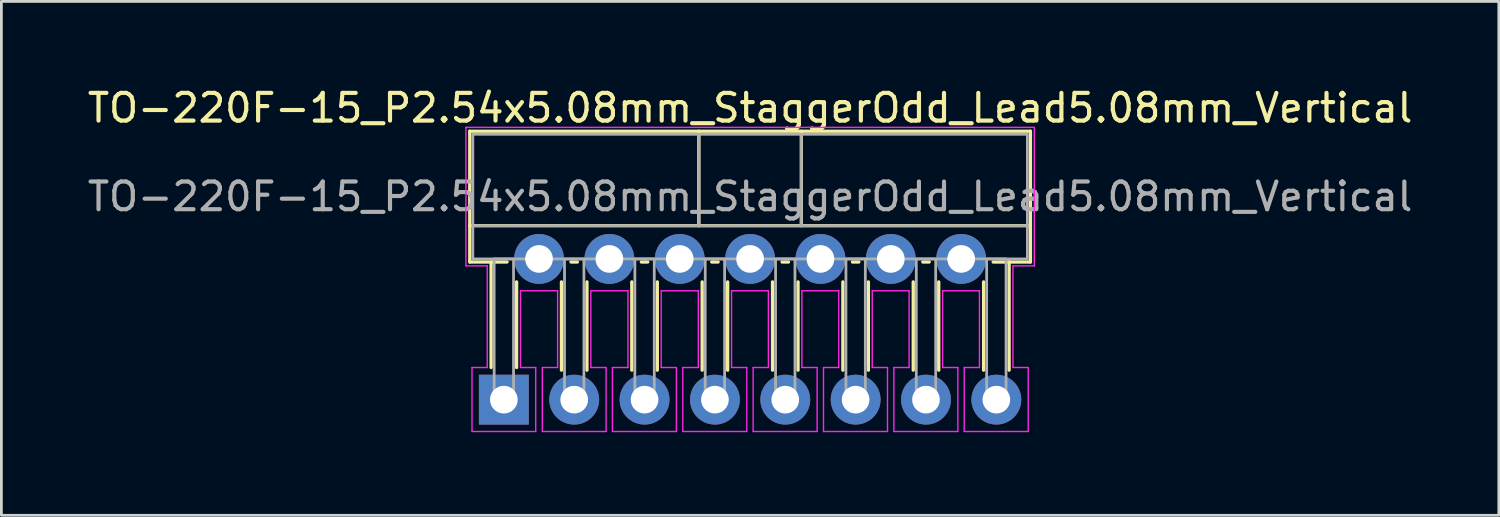
<source format=kicad_pcb>
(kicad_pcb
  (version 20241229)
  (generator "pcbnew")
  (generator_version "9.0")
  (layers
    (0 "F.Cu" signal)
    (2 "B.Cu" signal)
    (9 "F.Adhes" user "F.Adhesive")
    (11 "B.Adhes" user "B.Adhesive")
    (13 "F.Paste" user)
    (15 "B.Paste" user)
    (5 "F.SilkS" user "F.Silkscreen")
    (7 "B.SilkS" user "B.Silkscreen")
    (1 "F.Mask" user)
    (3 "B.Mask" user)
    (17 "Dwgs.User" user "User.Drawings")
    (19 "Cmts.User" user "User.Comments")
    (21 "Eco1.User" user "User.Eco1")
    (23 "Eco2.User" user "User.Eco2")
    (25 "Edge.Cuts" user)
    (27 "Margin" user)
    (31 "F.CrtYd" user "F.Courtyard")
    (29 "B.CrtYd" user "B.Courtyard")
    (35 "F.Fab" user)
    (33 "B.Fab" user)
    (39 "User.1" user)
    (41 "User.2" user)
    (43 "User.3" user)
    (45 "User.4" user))
  (footprint "TO-220F-15_P2.54x5.08mm_StaggerOdd_Lead5.08mm_Vertical"
    (layer "F.Cu")
    (at 15.14 11.378)
    (property "Reference" "TO-220F-15_P2.54x5.08mm_StaggerOdd_Lead5.08mm_Vertical" (at 8.89 -10.53 0) (layer "F.SilkS") (effects (font (size 1 1) (thickness 0.15))))
    (attr through_hole)
    (fp_line (start -1.23 -9.69) (end -1.23 -4.97) (stroke (width 0.12) (type solid)) (layer "F.SilkS"))
    (fp_line (start -1.23 -9.69) (end 19.01 -9.69) (stroke (width 0.12) (type solid)) (layer "F.SilkS"))
    (fp_line (start -1.23 -6.28) (end 19.01 -6.28) (stroke (width 0.12) (type solid)) (layer "F.SilkS"))
    (fp_line (start -1.23 -4.97) (end 0.115 -4.97) (stroke (width 0.12) (type solid)) (layer "F.SilkS"))
    (fp_line (start -0.46 -4.97) (end -0.46 -1.16) (stroke (width 0.12) (type solid)) (layer "F.SilkS"))
    (fp_line (start 0.46 -4.25) (end 0.46 -1.16) (stroke (width 0.12) (type solid)) (layer "F.SilkS"))
    (fp_line (start 2.08 -4.25) (end 2.08 -1.065) (stroke (width 0.12) (type solid)) (layer "F.SilkS"))
    (fp_line (start 2.425 -4.97) (end 2.655 -4.97) (stroke (width 0.12) (type solid)) (layer "F.SilkS"))
    (fp_line (start 3 -4.25) (end 3 -1.065) (stroke (width 0.12) (type solid)) (layer "F.SilkS"))
    (fp_line (start 4.62 -4.25) (end 4.62 -1.065) (stroke (width 0.12) (type solid)) (layer "F.SilkS"))
    (fp_line (start 4.965 -4.97) (end 5.195 -4.97) (stroke (width 0.12) (type solid)) (layer "F.SilkS"))
    (fp_line (start 5.54 -4.25) (end 5.54 -1.065) (stroke (width 0.12) (type solid)) (layer "F.SilkS"))
    (fp_line (start 7.04 -9.69) (end 7.04 -6.28) (stroke (width 0.12) (type solid)) (layer "F.SilkS"))
    (fp_line (start 7.16 -4.25) (end 7.16 -1.065) (stroke (width 0.12) (type solid)) (layer "F.SilkS"))
    (fp_line (start 7.505 -4.97) (end 7.735 -4.97) (stroke (width 0.12) (type solid)) (layer "F.SilkS"))
    (fp_line (start 8.08 -4.25) (end 8.08 -1.065) (stroke (width 0.12) (type solid)) (layer "F.SilkS"))
    (fp_line (start 9.7 -4.25) (end 9.7 -1.065) (stroke (width 0.12) (type solid)) (layer "F.SilkS"))
    (fp_line (start 10.045 -4.97) (end 10.275 -4.97) (stroke (width 0.12) (type solid)) (layer "F.SilkS"))
    (fp_line (start 10.62 -4.25) (end 10.62 -1.065) (stroke (width 0.12) (type solid)) (layer "F.SilkS"))
    (fp_line (start 10.74 -9.69) (end 10.74 -6.28) (stroke (width 0.12) (type solid)) (layer "F.SilkS"))
    (fp_line (start 12.24 -4.25) (end 12.24 -1.065) (stroke (width 0.12) (type solid)) (layer "F.SilkS"))
    (fp_line (start 12.585 -4.97) (end 12.815 -4.97) (stroke (width 0.12) (type solid)) (layer "F.SilkS"))
    (fp_line (start 13.16 -4.25) (end 13.16 -1.065) (stroke (width 0.12) (type solid)) (layer "F.SilkS"))
    (fp_line (start 14.78 -4.25) (end 14.78 -1.065) (stroke (width 0.12) (type solid)) (layer "F.SilkS"))
    (fp_line (start 15.125 -4.97) (end 15.355 -4.97) (stroke (width 0.12) (type solid)) (layer "F.SilkS"))
    (fp_line (start 15.7 -4.25) (end 15.7 -1.065) (stroke (width 0.12) (type solid)) (layer "F.SilkS"))
    (fp_line (start 17.32 -4.25) (end 17.32 -1.065) (stroke (width 0.12) (type solid)) (layer "F.SilkS"))
    (fp_line (start 17.665 -4.97) (end 19.01 -4.97) (stroke (width 0.12) (type solid)) (layer "F.SilkS"))
    (fp_line (start 18.24 -4.97) (end 18.24 -1.065) (stroke (width 0.12) (type solid)) (layer "F.SilkS"))
    (fp_line (start 19.01 -9.69) (end 19.01 -4.97) (stroke (width 0.12) (type solid)) (layer "F.SilkS"))
    (fp_line (start -1.37 -9.83) (end 19.15 -9.83) (stroke (width 0.05) (type solid)) (layer "F.CrtYd"))
    (fp_line (start -1.37 -4.83) (end -1.37 -9.83) (stroke (width 0.05) (type solid)) (layer "F.CrtYd"))
    (fp_line (start -1.15 -1.16) (end -0.6 -1.16) (stroke (width 0.05) (type solid)) (layer "F.CrtYd"))
    (fp_line (start -1.15 1.15) (end -1.15 -1.16) (stroke (width 0.05) (type solid)) (layer "F.CrtYd"))
    (fp_line (start -0.6 -4.83) (end -1.37 -4.83) (stroke (width 0.05) (type solid)) (layer "F.CrtYd"))
    (fp_line (start -0.6 -1.16) (end -0.6 -4.83) (stroke (width 0.05) (type solid)) (layer "F.CrtYd"))
    (fp_line (start 0.6 -3.93) (end 0.6 -1.16) (stroke (width 0.05) (type solid)) (layer "F.CrtYd"))
    (fp_line (start 0.6 -1.16) (end 1.15 -1.16) (stroke (width 0.05) (type solid)) (layer "F.CrtYd"))
    (fp_line (start 1.15 -1.16) (end 1.15 1.15) (stroke (width 0.05) (type solid)) (layer "F.CrtYd"))
    (fp_line (start 1.15 1.15) (end -1.15 1.15) (stroke (width 0.05) (type solid)) (layer "F.CrtYd"))
    (fp_line (start 1.39 -1.16) (end 1.94 -1.16) (stroke (width 0.05) (type solid)) (layer "F.CrtYd"))
    (fp_line (start 1.39 1.15) (end 1.39 -1.16) (stroke (width 0.05) (type solid)) (layer "F.CrtYd"))
    (fp_line (start 1.94 -3.93) (end 0.6 -3.93) (stroke (width 0.05) (type solid)) (layer "F.CrtYd"))
    (fp_line (start 1.94 -1.16) (end 1.94 -3.93) (stroke (width 0.05) (type solid)) (layer "F.CrtYd"))
    (fp_line (start 3.14 -3.93) (end 3.14 -1.16) (stroke (width 0.05) (type solid)) (layer "F.CrtYd"))
    (fp_line (start 3.14 -1.16) (end 3.69 -1.16) (stroke (width 0.05) (type solid)) (layer "F.CrtYd"))
    (fp_line (start 3.69 -1.16) (end 3.69 1.15) (stroke (width 0.05) (type solid)) (layer "F.CrtYd"))
    (fp_line (start 3.69 1.15) (end 1.39 1.15) (stroke (width 0.05) (type solid)) (layer "F.CrtYd"))
    (fp_line (start 3.92 -1.16) (end 4.48 -1.16) (stroke (width 0.05) (type solid)) (layer "F.CrtYd"))
    (fp_line (start 3.92 1.15) (end 3.92 -1.16) (stroke (width 0.05) (type solid)) (layer "F.CrtYd"))
    (fp_line (start 4.48 -3.93) (end 3.14 -3.93) (stroke (width 0.05) (type solid)) (layer "F.CrtYd"))
    (fp_line (start 4.48 -1.16) (end 4.48 -3.93) (stroke (width 0.05) (type solid)) (layer "F.CrtYd"))
    (fp_line (start 5.68 -3.93) (end 5.68 -1.16) (stroke (width 0.05) (type solid)) (layer "F.CrtYd"))
    (fp_line (start 5.68 -1.16) (end 6.23 -1.16) (stroke (width 0.05) (type solid)) (layer "F.CrtYd"))
    (fp_line (start 6.23 -1.16) (end 6.23 1.15) (stroke (width 0.05) (type solid)) (layer "F.CrtYd"))
    (fp_line (start 6.23 1.15) (end 3.92 1.15) (stroke (width 0.05) (type solid)) (layer "F.CrtYd"))
    (fp_line (start 6.46 -1.16) (end 7.02 -1.16) (stroke (width 0.05) (type solid)) (layer "F.CrtYd"))
    (fp_line (start 6.46 1.15) (end 6.46 -1.16) (stroke (width 0.05) (type solid)) (layer "F.CrtYd"))
    (fp_line (start 7.02 -3.93) (end 5.68 -3.93) (stroke (width 0.05) (type solid)) (layer "F.CrtYd"))
    (fp_line (start 7.02 -1.16) (end 7.02 -3.93) (stroke (width 0.05) (type solid)) (layer "F.CrtYd"))
    (fp_line (start 8.22 -3.93) (end 8.22 -1.16) (stroke (width 0.05) (type solid)) (layer "F.CrtYd"))
    (fp_line (start 8.22 -1.16) (end 8.77 -1.16) (stroke (width 0.05) (type solid)) (layer "F.CrtYd"))
    (fp_line (start 8.77 -1.16) (end 8.77 1.15) (stroke (width 0.05) (type solid)) (layer "F.CrtYd"))
    (fp_line (start 8.77 1.15) (end 6.46 1.15) (stroke (width 0.05) (type solid)) (layer "F.CrtYd"))
    (fp_line (start 9 -1.16) (end 9.55 -1.16) (stroke (width 0.05) (type solid)) (layer "F.CrtYd"))
    (fp_line (start 9 1.15) (end 9 -1.16) (stroke (width 0.05) (type solid)) (layer "F.CrtYd"))
    (fp_line (start 9.55 -3.93) (end 8.22 -3.93) (stroke (width 0.05) (type solid)) (layer "F.CrtYd"))
    (fp_line (start 9.55 -1.16) (end 9.55 -3.93) (stroke (width 0.05) (type solid)) (layer "F.CrtYd"))
    (fp_line (start 10.76 -3.93) (end 10.76 -1.16) (stroke (width 0.05) (type solid)) (layer "F.CrtYd"))
    (fp_line (start 10.76 -1.16) (end 11.31 -1.16) (stroke (width 0.05) (type solid)) (layer "F.CrtYd"))
    (fp_line (start 11.31 -1.16) (end 11.31 1.15) (stroke (width 0.05) (type solid)) (layer "F.CrtYd"))
    (fp_line (start 11.31 1.15) (end 9 1.15) (stroke (width 0.05) (type solid)) (layer "F.CrtYd"))
    (fp_line (start 11.54 -1.16) (end 12.09 -1.16) (stroke (width 0.05) (type solid)) (layer "F.CrtYd"))
    (fp_line (start 11.54 1.15) (end 11.54 -1.16) (stroke (width 0.05) (type solid)) (layer "F.CrtYd"))
    (fp_line (start 12.09 -3.93) (end 10.76 -3.93) (stroke (width 0.05) (type solid)) (layer "F.CrtYd"))
    (fp_line (start 12.09 -1.16) (end 12.09 -3.93) (stroke (width 0.05) (type solid)) (layer "F.CrtYd"))
    (fp_line (start 13.3 -3.93) (end 13.3 -1.16) (stroke (width 0.05) (type solid)) (layer "F.CrtYd"))
    (fp_line (start 13.3 -1.16) (end 13.85 -1.16) (stroke (width 0.05) (type solid)) (layer "F.CrtYd"))
    (fp_line (start 13.85 -1.16) (end 13.85 1.15) (stroke (width 0.05) (type solid)) (layer "F.CrtYd"))
    (fp_line (start 13.85 1.15) (end 11.54 1.15) (stroke (width 0.05) (type solid)) (layer "F.CrtYd"))
    (fp_line (start 14.08 -1.16) (end 14.63 -1.16) (stroke (width 0.05) (type solid)) (layer "F.CrtYd"))
    (fp_line (start 14.08 1.15) (end 14.08 -1.16) (stroke (width 0.05) (type solid)) (layer "F.CrtYd"))
    (fp_line (start 14.63 -3.93) (end 13.3 -3.93) (stroke (width 0.05) (type solid)) (layer "F.CrtYd"))
    (fp_line (start 14.63 -1.16) (end 14.63 -3.93) (stroke (width 0.05) (type solid)) (layer "F.CrtYd"))
    (fp_line (start 15.84 -3.93) (end 15.84 -1.16) (stroke (width 0.05) (type solid)) (layer "F.CrtYd"))
    (fp_line (start 15.84 -1.16) (end 16.39 -1.16) (stroke (width 0.05) (type solid)) (layer "F.CrtYd"))
    (fp_line (start 16.39 -1.16) (end 16.39 1.15) (stroke (width 0.05) (type solid)) (layer "F.CrtYd"))
    (fp_line (start 16.39 1.15) (end 14.08 1.15) (stroke (width 0.05) (type solid)) (layer "F.CrtYd"))
    (fp_line (start 16.62 -1.16) (end 17.17 -1.16) (stroke (width 0.05) (type solid)) (layer "F.CrtYd"))
    (fp_line (start 16.62 1.15) (end 16.62 -1.16) (stroke (width 0.05) (type solid)) (layer "F.CrtYd"))
    (fp_line (start 17.17 -3.93) (end 15.84 -3.93) (stroke (width 0.05) (type solid)) (layer "F.CrtYd"))
    (fp_line (start 17.17 -1.16) (end 17.17 -3.93) (stroke (width 0.05) (type solid)) (layer "F.CrtYd"))
    (fp_line (start 18.38 -4.83) (end 18.38 -1.16) (stroke (width 0.05) (type solid)) (layer "F.CrtYd"))
    (fp_line (start 18.38 -1.16) (end 18.93 -1.16) (stroke (width 0.05) (type solid)) (layer "F.CrtYd"))
    (fp_line (start 18.93 -1.16) (end 18.93 1.15) (stroke (width 0.05) (type solid)) (layer "F.CrtYd"))
    (fp_line (start 18.93 1.15) (end 16.62 1.15) (stroke (width 0.05) (type solid)) (layer "F.CrtYd"))
    (fp_line (start 19.15 -9.83) (end 19.15 -4.83) (stroke (width 0.05) (type solid)) (layer "F.CrtYd"))
    (fp_line (start 19.15 -4.83) (end 18.38 -4.83) (stroke (width 0.05) (type solid)) (layer "F.CrtYd"))
    (fp_line (start -1.12 -6.28) (end 18.9 -6.28) (stroke (width 0.1) (type solid)) (layer "F.Fab"))
    (fp_line (start 7.04 -9.58) (end 7.04 -6.28) (stroke (width 0.1) (type solid)) (layer "F.Fab"))
    (fp_line (start 10.74 -9.58) (end 10.74 -6.28) (stroke (width 0.1) (type solid)) (layer "F.Fab"))
    (fp_rect (start -1.12 -9.58) (end 18.9 -5.08) (stroke (width 0.1) (type solid)) (fill no) (layer "F.Fab"))
    (fp_rect (start -0.35 -5.08) (end 0.35 0) (stroke (width 0.1) (type solid)) (fill no) (layer "F.Fab"))
    (fp_rect (start 2.19 -5.08) (end 2.89 0) (stroke (width 0.1) (type solid)) (fill no) (layer "F.Fab"))
    (fp_rect (start 4.73 -5.08) (end 5.43 0) (stroke (width 0.1) (type solid)) (fill no) (layer "F.Fab"))
    (fp_rect (start 7.27 -5.08) (end 7.97 0) (stroke (width 0.1) (type solid)) (fill no) (layer "F.Fab"))
    (fp_rect (start 9.81 -5.08) (end 10.51 0) (stroke (width 0.1) (type solid)) (fill no) (layer "F.Fab"))
    (fp_rect (start 12.35 -5.08) (end 13.05 0) (stroke (width 0.1) (type solid)) (fill no) (layer "F.Fab"))
    (fp_rect (start 14.89 -5.08) (end 15.59 0) (stroke (width 0.1) (type solid)) (fill no) (layer "F.Fab"))
    (fp_rect (start 17.43 -5.08) (end 18.13 0) (stroke (width 0.1) (type solid)) (fill no) (layer "F.Fab"))
    (fp_text user "${REFERENCE}" (at 8.89 -7.33 0) (layer "F.Fab") (effects (font (size 1 1) (thickness 0.15))))
    (pad "1" thru_hole rect (at 0 0) (size 1.8 1.8) (drill 1) (layers "*.Cu" "*.Mask"))
    (pad "2" thru_hole circle (at 1.27 -5.08) (size 1.8 1.8) (drill 1) (layers "*.Cu" "*.Mask"))
    (pad "3" thru_hole circle (at 2.54 0) (size 1.8 1.8) (drill 1) (layers "*.Cu" "*.Mask"))
    (pad "4" thru_hole circle (at 3.81 -5.08) (size 1.8 1.8) (drill 1) (layers "*.Cu" "*.Mask"))
    (pad "5" thru_hole circle (at 5.08 0) (size 1.8 1.8) (drill 1) (layers "*.Cu" "*.Mask"))
    (pad "6" thru_hole circle (at 6.35 -5.08) (size 1.8 1.8) (drill 1) (layers "*.Cu" "*.Mask"))
    (pad "7" thru_hole circle (at 7.62 0) (size 1.8 1.8) (drill 1) (layers "*.Cu" "*.Mask"))
    (pad "8" thru_hole circle (at 8.89 -5.08) (size 1.8 1.8) (drill 1) (layers "*.Cu" "*.Mask"))
    (pad "9" thru_hole circle (at 10.16 0) (size 1.8 1.8) (drill 1) (layers "*.Cu" "*.Mask"))
    (pad "10" thru_hole circle (at 11.43 -5.08) (size 1.8 1.8) (drill 1) (layers "*.Cu" "*.Mask"))
    (pad "11" thru_hole circle (at 12.7 0) (size 1.8 1.8) (drill 1) (layers "*.Cu" "*.Mask"))
    (pad "12" thru_hole circle (at 13.97 -5.08) (size 1.8 1.8) (drill 1) (layers "*.Cu" "*.Mask"))
    (pad "13" thru_hole circle (at 15.24 0) (size 1.8 1.8) (drill 1) (layers "*.Cu" "*.Mask"))
    (pad "14" thru_hole circle (at 16.51 -5.08) (size 1.8 1.8) (drill 1) (layers "*.Cu" "*.Mask"))
    (pad "15" thru_hole circle (at 17.78 0) (size 1.8 1.8) (drill 1) (layers "*.Cu" "*.Mask")))
  (gr_rect
    (start -3 -3)
    (end 51.06 15.553)
    (stroke (width 0.1) (type default))
    (fill no)
    (layer "Edge.Cuts")))
</source>
